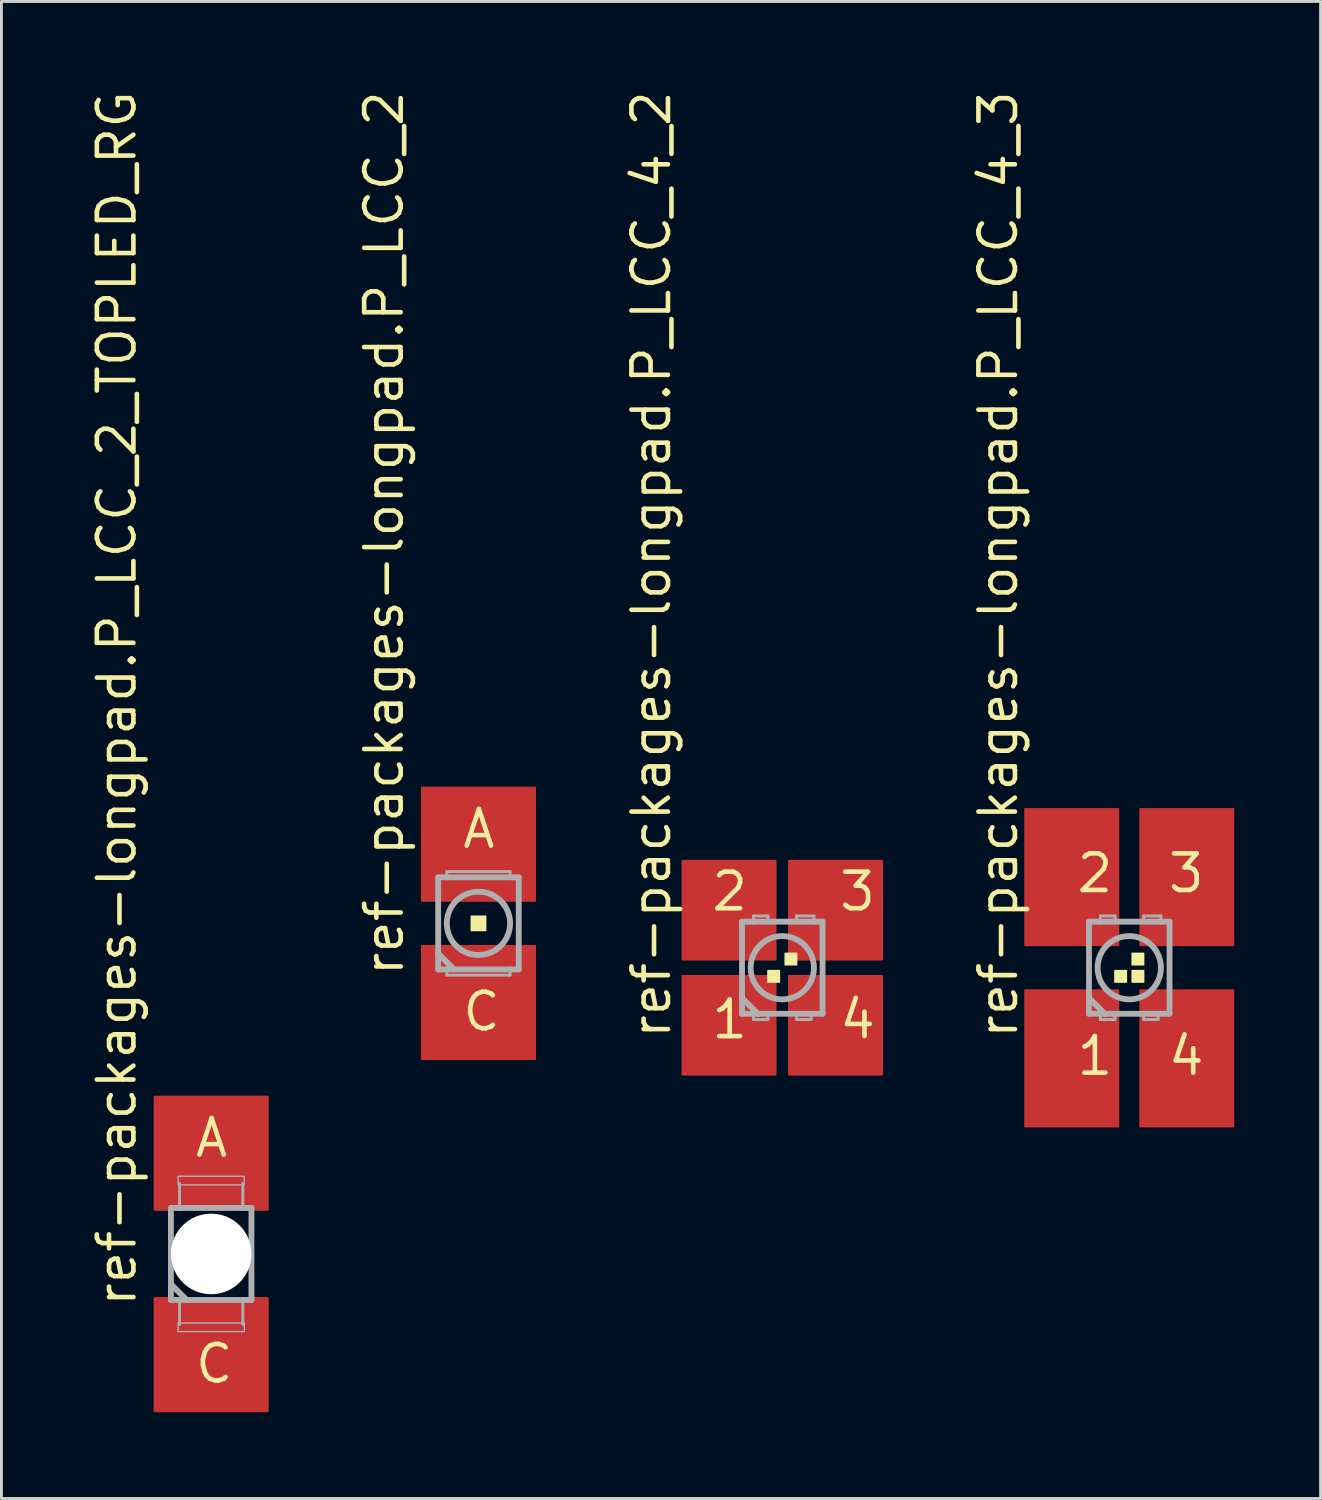
<source format=kicad_pcb>
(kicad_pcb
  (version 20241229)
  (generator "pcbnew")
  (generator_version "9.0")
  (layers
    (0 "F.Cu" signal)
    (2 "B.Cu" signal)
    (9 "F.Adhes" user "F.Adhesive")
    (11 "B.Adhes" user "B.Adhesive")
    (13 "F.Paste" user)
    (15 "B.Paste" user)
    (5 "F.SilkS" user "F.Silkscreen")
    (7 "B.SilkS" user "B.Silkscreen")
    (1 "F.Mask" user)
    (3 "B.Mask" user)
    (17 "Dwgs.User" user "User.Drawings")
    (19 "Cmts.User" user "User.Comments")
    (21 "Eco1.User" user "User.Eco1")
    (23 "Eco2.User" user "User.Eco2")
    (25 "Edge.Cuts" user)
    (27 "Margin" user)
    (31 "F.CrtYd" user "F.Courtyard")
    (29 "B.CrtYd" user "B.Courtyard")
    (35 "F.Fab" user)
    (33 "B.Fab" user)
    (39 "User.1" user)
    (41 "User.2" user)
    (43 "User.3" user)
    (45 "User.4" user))
  (footprint "ref-packages-longpad.P_LCC_4_3"
    (layer "F.Cu")
    (at 36.2 30.585)
    (property "Reference" "ref-packages-longpad.P_LCC_4_3" (at -3.81 2.54 90) (layer "F.SilkS") (effects (font (size 1.27 1.27) (thickness 0.16)) (justify left bottom)))
    (attr smd)
    (fp_rect (start -1.15 -0.75) (end -0.35 -1.85) (stroke (width 0.05) (type default)) (fill yes) (layer "F.Mask"))
    (fp_rect (start -1.15 1.85) (end -0.35 0.75) (stroke (width 0.05) (type default)) (fill yes) (layer "F.Mask"))
    (fp_rect (start 0.35 -0.75) (end 1.15 -1.85) (stroke (width 0.05) (type default)) (fill yes) (layer "F.Mask"))
    (fp_rect (start 0.35 1.85) (end 1.15 0.75) (stroke (width 0.05) (type default)) (fill yes) (layer "F.Mask"))
    (fp_rect (start -0.5 0.5) (end -0.1 0.1) (stroke (width 0.05) (type default)) (fill yes) (layer "F.SilkS"))
    (fp_rect (start 0.1 -0.1) (end 0.5 -0.5) (stroke (width 0.05) (type default)) (fill yes) (layer "F.SilkS"))
    (fp_rect (start 0.1 0.5) (end 0.5 0.1) (stroke (width 0.05) (type default)) (fill yes) (layer "F.SilkS"))
    (fp_rect (start -1.1 -0.8) (end -0.4 -1.8) (stroke (width 0.05) (type default)) (fill yes) (layer "F.Paste"))
    (fp_rect (start -1.1 1.8) (end -0.4 0.8) (stroke (width 0.05) (type default)) (fill yes) (layer "F.Paste"))
    (fp_rect (start 0.4 -0.8) (end 1.1 -1.8) (stroke (width 0.05) (type default)) (fill yes) (layer "F.Paste"))
    (fp_rect (start 0.4 1.8) (end 1.1 0.8) (stroke (width 0.05) (type default)) (fill yes) (layer "F.Paste"))
    (fp_line (start -1.4 -1.6) (end -1.4 1.05) (stroke (width 0.203) (type default)) (layer "F.Fab"))
    (fp_line (start -1.4 1.05) (end -1.4 1.6) (stroke (width 0.203) (type default)) (layer "F.Fab"))
    (fp_line (start -1.4 1.6) (end -1 1.6) (stroke (width 0.203) (type default)) (layer "F.Fab"))
    (fp_line (start -1 -1.8) (end -0.5 -1.8) (stroke (width 0.102) (type default)) (layer "F.Fab"))
    (fp_line (start -1 -1.6) (end -1.4 -1.6) (stroke (width 0.203) (type default)) (layer "F.Fab"))
    (fp_line (start -1 -1.6) (end -1 -1.8) (stroke (width 0.102) (type default)) (layer "F.Fab"))
    (fp_line (start -1 1.6) (end -1 1.8) (stroke (width 0.102) (type default)) (layer "F.Fab"))
    (fp_line (start -1 1.6) (end -0.85 1.6) (stroke (width 0.203) (type default)) (layer "F.Fab"))
    (fp_line (start -1 1.8) (end -0.5 1.8) (stroke (width 0.102) (type default)) (layer "F.Fab"))
    (fp_line (start -0.85 1.6) (end -1.4 1.05) (stroke (width 0.203) (type default)) (layer "F.Fab"))
    (fp_line (start -0.85 1.6) (end 1 1.6) (stroke (width 0.203) (type default)) (layer "F.Fab"))
    (fp_line (start -0.5 -1.8) (end -0.5 -1.65) (stroke (width 0.102) (type default)) (layer "F.Fab"))
    (fp_line (start -0.5 1.8) (end -0.5 1.65) (stroke (width 0.102) (type default)) (layer "F.Fab"))
    (fp_line (start 0.5 -1.8) (end 1.1 -1.8) (stroke (width 0.102) (type default)) (layer "F.Fab"))
    (fp_line (start 0.5 -1.65) (end 0.5 -1.8) (stroke (width 0.102) (type default)) (layer "F.Fab"))
    (fp_line (start 0.5 1.65) (end 0.5 1.8) (stroke (width 0.102) (type default)) (layer "F.Fab"))
    (fp_line (start 0.5 1.8) (end 1 1.8) (stroke (width 0.102) (type default)) (layer "F.Fab"))
    (fp_line (start 1 1.6) (end 1.4 1.6) (stroke (width 0.203) (type default)) (layer "F.Fab"))
    (fp_line (start 1 1.8) (end 1 1.6) (stroke (width 0.102) (type default)) (layer "F.Fab"))
    (fp_line (start 1.1 -1.8) (end 1.1 -1.6) (stroke (width 0.102) (type default)) (layer "F.Fab"))
    (fp_line (start 1.1 -1.6) (end -1 -1.6) (stroke (width 0.203) (type default)) (layer "F.Fab"))
    (fp_line (start 1.4 -1.6) (end 1.1 -1.6) (stroke (width 0.203) (type default)) (layer "F.Fab"))
    (fp_line (start 1.4 1.6) (end 1.4 -1.6) (stroke (width 0.203) (type default)) (layer "F.Fab"))
    (fp_circle (center 0 0) (end 1.1 0) (stroke (width 0.203) (type default)) (fill no) (layer "F.Fab"))
    (fp_text user "3" (at 1.27 -2.54 0) (layer "F.SilkS") (effects (font (size 1.27 1.27) (thickness 0.16)) (justify left bottom)))
    (fp_text user "2" (at -1.905 -2.54 0) (layer "F.SilkS") (effects (font (size 1.27 1.27) (thickness 0.16)) (justify left bottom)))
    (fp_text user "4" (at 1.27 3.81 0) (layer "F.SilkS") (effects (font (size 1.27 1.27) (thickness 0.16)) (justify left bottom)))
    (fp_text user "1" (at -1.905 3.81 0) (layer "F.SilkS") (effects (font (size 1.27 1.27) (thickness 0.16)) (justify left bottom)))
    (pad "1" smd roundrect (at -2 3.15) (size 3.3 4.8) (layers "F.Cu" "F.Mask" "F.Paste") (roundrect_rratio 0.01))
    (pad "2" smd roundrect (at -2 -3.15) (size 3.3 4.8) (layers "F.Cu" "F.Mask" "F.Paste") (roundrect_rratio 0.01))
    (pad "3" smd roundrect (at 2 -3.15) (size 3.3 4.8) (layers "F.Cu" "F.Mask" "F.Paste") (roundrect_rratio 0.01))
    (pad "4" smd roundrect (at 2 3.15) (size 3.3 4.8) (layers "F.Cu" "F.Mask" "F.Paste") (roundrect_rratio 0.01)))
  (footprint "ref-packages-longpad.P_LCC_4_2"
    (layer "F.Cu")
    (at 24.14 30.585)
    (property "Reference" "ref-packages-longpad.P_LCC_4_2" (at -3.81 2.54 90) (layer "F.SilkS") (effects (font (size 1.27 1.27) (thickness 0.16)) (justify left bottom)))
    (attr smd)
    (fp_rect (start -1.15 -0.75) (end -0.35 -1.85) (stroke (width 0.05) (type default)) (fill yes) (layer "F.Mask"))
    (fp_rect (start -1.15 1.85) (end -0.35 0.75) (stroke (width 0.05) (type default)) (fill yes) (layer "F.Mask"))
    (fp_rect (start 0.35 -0.75) (end 1.15 -1.85) (stroke (width 0.05) (type default)) (fill yes) (layer "F.Mask"))
    (fp_rect (start 0.35 1.85) (end 1.15 0.75) (stroke (width 0.05) (type default)) (fill yes) (layer "F.Mask"))
    (fp_rect (start -0.5 0.5) (end -0.1 0.1) (stroke (width 0.05) (type default)) (fill yes) (layer "F.SilkS"))
    (fp_rect (start 0.1 -0.1) (end 0.5 -0.5) (stroke (width 0.05) (type default)) (fill yes) (layer "F.SilkS"))
    (fp_rect (start -1.1 -0.8) (end -0.4 -1.8) (stroke (width 0.05) (type default)) (fill yes) (layer "F.Paste"))
    (fp_rect (start -1.1 1.8) (end -0.4 0.8) (stroke (width 0.05) (type default)) (fill yes) (layer "F.Paste"))
    (fp_rect (start 0.4 -0.8) (end 1.1 -1.8) (stroke (width 0.05) (type default)) (fill yes) (layer "F.Paste"))
    (fp_rect (start 0.4 1.8) (end 1.1 0.8) (stroke (width 0.05) (type default)) (fill yes) (layer "F.Paste"))
    (fp_line (start -1.4 -1.6) (end -1.4 1.05) (stroke (width 0.203) (type default)) (layer "F.Fab"))
    (fp_line (start -1.4 1.05) (end -1.4 1.6) (stroke (width 0.203) (type default)) (layer "F.Fab"))
    (fp_line (start -1.4 1.6) (end -1 1.6) (stroke (width 0.203) (type default)) (layer "F.Fab"))
    (fp_line (start -1 -1.8) (end -0.5 -1.8) (stroke (width 0.102) (type default)) (layer "F.Fab"))
    (fp_line (start -1 -1.6) (end -1.4 -1.6) (stroke (width 0.203) (type default)) (layer "F.Fab"))
    (fp_line (start -1 -1.6) (end -1 -1.8) (stroke (width 0.102) (type default)) (layer "F.Fab"))
    (fp_line (start -1 1.6) (end -1 1.8) (stroke (width 0.102) (type default)) (layer "F.Fab"))
    (fp_line (start -1 1.6) (end -0.85 1.6) (stroke (width 0.203) (type default)) (layer "F.Fab"))
    (fp_line (start -1 1.8) (end -0.5 1.8) (stroke (width 0.102) (type default)) (layer "F.Fab"))
    (fp_line (start -0.85 1.6) (end -1.4 1.05) (stroke (width 0.203) (type default)) (layer "F.Fab"))
    (fp_line (start -0.85 1.6) (end 1 1.6) (stroke (width 0.203) (type default)) (layer "F.Fab"))
    (fp_line (start -0.5 -1.8) (end -0.5 -1.65) (stroke (width 0.102) (type default)) (layer "F.Fab"))
    (fp_line (start -0.5 1.8) (end -0.5 1.65) (stroke (width 0.102) (type default)) (layer "F.Fab"))
    (fp_line (start 0.5 -1.8) (end 1.1 -1.8) (stroke (width 0.102) (type default)) (layer "F.Fab"))
    (fp_line (start 0.5 -1.65) (end 0.5 -1.8) (stroke (width 0.102) (type default)) (layer "F.Fab"))
    (fp_line (start 0.5 1.65) (end 0.5 1.8) (stroke (width 0.102) (type default)) (layer "F.Fab"))
    (fp_line (start 0.5 1.8) (end 1 1.8) (stroke (width 0.102) (type default)) (layer "F.Fab"))
    (fp_line (start 1 1.6) (end 1.4 1.6) (stroke (width 0.203) (type default)) (layer "F.Fab"))
    (fp_line (start 1 1.8) (end 1 1.6) (stroke (width 0.102) (type default)) (layer "F.Fab"))
    (fp_line (start 1.1 -1.8) (end 1.1 -1.6) (stroke (width 0.102) (type default)) (layer "F.Fab"))
    (fp_line (start 1.1 -1.6) (end -1 -1.6) (stroke (width 0.203) (type default)) (layer "F.Fab"))
    (fp_line (start 1.4 -1.6) (end 1.1 -1.6) (stroke (width 0.203) (type default)) (layer "F.Fab"))
    (fp_line (start 1.4 1.6) (end 1.4 -1.6) (stroke (width 0.203) (type default)) (layer "F.Fab"))
    (fp_circle (center 0 0) (end 1.1 0) (stroke (width 0.203) (type default)) (fill no) (layer "F.Fab"))
    (fp_text user "1" (at -2.54 2.54 0) (layer "F.SilkS") (effects (font (size 1.27 1.27) (thickness 0.16)) (justify left bottom)))
    (fp_text user "4" (at 1.905 2.54 0) (layer "F.SilkS") (effects (font (size 1.27 1.27) (thickness 0.16)) (justify left bottom)))
    (fp_text user "3" (at 1.905 -1.905 0) (layer "F.SilkS") (effects (font (size 1.27 1.27) (thickness 0.16)) (justify left bottom)))
    (fp_text user "2" (at -2.54 -1.905 0) (layer "F.SilkS") (effects (font (size 1.27 1.27) (thickness 0.16)) (justify left bottom)))
    (pad "1" smd roundrect (at -1.85 2) (size 3.3 3.5) (layers "F.Cu" "F.Mask" "F.Paste") (roundrect_rratio 0.01))
    (pad "2" smd roundrect (at -1.85 -2) (size 3.3 3.5) (layers "F.Cu" "F.Mask" "F.Paste") (roundrect_rratio 0.01))
    (pad "3" smd roundrect (at 1.85 -2) (size 3.3 3.5) (layers "F.Cu" "F.Mask" "F.Paste") (roundrect_rratio 0.01))
    (pad "4" smd roundrect (at 1.85 2) (size 3.3 3.5) (layers "F.Cu" "F.Mask" "F.Paste") (roundrect_rratio 0.01)))
  (footprint "ref-packages-longpad.P_LCC_2"
    (layer "F.Cu")
    (at 13.58 29.043)
    (property "Reference" "ref-packages-longpad.P_LCC_2" (at -2.54 1.905 90) (layer "F.SilkS") (effects (font (size 1.27 1.27) (thickness 0.16)) (justify left bottom)))
    (attr smd)
    (fp_rect (start -0.25 0.25) (end 0.25 -0.25) (stroke (width 0.05) (type default)) (fill yes) (layer "F.SilkS"))
    (fp_rect (start -1.3 -0.75) (end 1.3 -2.25) (stroke (width 0.05) (type default)) (fill yes) (layer "F.Paste"))
    (fp_rect (start -1.3 2.25) (end 1.3 0.75) (stroke (width 0.05) (type default)) (fill yes) (layer "F.Paste"))
    (fp_line (start -1.4 -1.6) (end -1.4 1.05) (stroke (width 0.203) (type default)) (layer "F.Fab"))
    (fp_line (start -1.4 1.05) (end -1.4 1.6) (stroke (width 0.203) (type default)) (layer "F.Fab"))
    (fp_line (start -1.4 1.6) (end -1.1 1.6) (stroke (width 0.203) (type default)) (layer "F.Fab"))
    (fp_line (start -1.1 -1.8) (end 1.1 -1.8) (stroke (width 0.102) (type default)) (layer "F.Fab"))
    (fp_line (start -1.1 -1.6) (end -1.4 -1.6) (stroke (width 0.203) (type default)) (layer "F.Fab"))
    (fp_line (start -1.1 -1.6) (end -1.1 -1.8) (stroke (width 0.102) (type default)) (layer "F.Fab"))
    (fp_line (start -1.1 1.6) (end -1.1 1.8) (stroke (width 0.102) (type default)) (layer "F.Fab"))
    (fp_line (start -1.1 1.6) (end -0.85 1.6) (stroke (width 0.203) (type default)) (layer "F.Fab"))
    (fp_line (start -1.1 1.8) (end 1.1 1.8) (stroke (width 0.102) (type default)) (layer "F.Fab"))
    (fp_line (start -0.85 1.6) (end -1.4 1.05) (stroke (width 0.203) (type default)) (layer "F.Fab"))
    (fp_line (start -0.85 1.6) (end 1.1 1.6) (stroke (width 0.203) (type default)) (layer "F.Fab"))
    (fp_line (start 1.1 -1.8) (end 1.1 -1.6) (stroke (width 0.102) (type default)) (layer "F.Fab"))
    (fp_line (start 1.1 -1.6) (end -1.1 -1.6) (stroke (width 0.203) (type default)) (layer "F.Fab"))
    (fp_line (start 1.1 1.6) (end 1.4 1.6) (stroke (width 0.203) (type default)) (layer "F.Fab"))
    (fp_line (start 1.1 1.8) (end 1.1 1.6) (stroke (width 0.102) (type default)) (layer "F.Fab"))
    (fp_line (start 1.4 -1.6) (end 1.1 -1.6) (stroke (width 0.203) (type default)) (layer "F.Fab"))
    (fp_line (start 1.4 1.6) (end 1.4 -1.6) (stroke (width 0.203) (type default)) (layer "F.Fab"))
    (fp_circle (center 0 0) (end 1.1 0) (stroke (width 0.203) (type default)) (fill no) (layer "F.Fab"))
    (fp_text user "C" (at -0.635 3.81 0) (layer "F.SilkS") (effects (font (size 1.27 1.27) (thickness 0.16)) (justify left bottom)))
    (fp_text user "A" (at -0.635 -2.54 0) (layer "F.SilkS") (effects (font (size 1.27 1.27) (thickness 0.16)) (justify left bottom)))
    (pad "A" smd roundrect (at 0 -2.75) (size 4 4) (layers "F.Cu" "F.Mask" "F.Paste") (roundrect_rratio 0.01))
    (pad "C" smd roundrect (at 0 2.75) (size 4 4) (layers "F.Cu" "F.Mask" "F.Paste") (roundrect_rratio 0.01)))
  (footprint "ref-packages-longpad.P_LCC_2_TOPLED_RG"
    (layer "F.Cu")
    (at 4.29 40.533)
    (property "Reference" "ref-packages-longpad.P_LCC_2_TOPLED_RG" (at -2.54 1.905 90) (layer "F.SilkS") (effects (font (size 1.27 1.27) (thickness 0.16)) (justify left bottom)))
    (attr smd)
    (fp_rect (start -0.25 0.25) (end 0.25 -0.25) (stroke (width 0.05) (type default)) (fill yes) (layer "F.SilkS"))
    (fp_circle (center 0 0) (end 1.1 0) (stroke (width 0.203) (type default)) (fill no) (layer "F.SilkS"))
    (fp_rect (start -1.3 -1.5) (end 1.3 -3) (stroke (width 0.05) (type default)) (fill yes) (layer "F.Paste"))
    (fp_rect (start -1.3 3) (end 1.3 1.5) (stroke (width 0.05) (type default)) (fill yes) (layer "F.Paste"))
    (fp_line (start -1.4 -1.6) (end -1.4 1.05) (stroke (width 0.203) (type default)) (layer "F.Fab"))
    (fp_line (start -1.4 1.05) (end -1.4 1.6) (stroke (width 0.203) (type default)) (layer "F.Fab"))
    (fp_line (start -1.4 1.6) (end -1.1 1.6) (stroke (width 0.203) (type default)) (layer "F.Fab"))
    (fp_line (start -1.1 -1.6) (end -1.4 -1.6) (stroke (width 0.203) (type default)) (layer "F.Fab"))
    (fp_line (start -1.1 -1.6) (end -1.1 -2.45) (stroke (width 0.102) (type default)) (layer "F.Fab"))
    (fp_line (start -1.1 1.6) (end -1.1 2.45) (stroke (width 0.102) (type default)) (layer "F.Fab"))
    (fp_line (start -1.1 1.6) (end -0.85 1.6) (stroke (width 0.203) (type default)) (layer "F.Fab"))
    (fp_line (start -0.85 1.6) (end -1.4 1.05) (stroke (width 0.203) (type default)) (layer "F.Fab"))
    (fp_line (start -0.85 1.6) (end 1.1 1.6) (stroke (width 0.203) (type default)) (layer "F.Fab"))
    (fp_line (start 1.1 -2.45) (end 1.1 -1.6) (stroke (width 0.102) (type default)) (layer "F.Fab"))
    (fp_line (start 1.1 -1.6) (end -1.1 -1.6) (stroke (width 0.203) (type default)) (layer "F.Fab"))
    (fp_line (start 1.1 1.6) (end 1.4 1.6) (stroke (width 0.203) (type default)) (layer "F.Fab"))
    (fp_line (start 1.1 2.45) (end 1.1 1.6) (stroke (width 0.102) (type default)) (layer "F.Fab"))
    (fp_line (start 1.4 -1.6) (end 1.1 -1.6) (stroke (width 0.203) (type default)) (layer "F.Fab"))
    (fp_line (start 1.4 1.6) (end 1.4 -1.6) (stroke (width 0.203) (type default)) (layer "F.Fab"))
    (fp_rect (start -1.15 -2.4) (end 1.15 -2.7) (stroke (width 0.05) (type default)) (fill no) (layer "F.Fab"))
    (fp_rect (start -1.15 2.7) (end 1.15 2.4) (stroke (width 0.05) (type default)) (fill no) (layer "F.Fab"))
    (fp_text user "C" (at -0.635 4.56 0) (layer "F.SilkS") (effects (font (size 1.27 1.27) (thickness 0.16)) (justify left bottom)))
    (fp_text user "A" (at -0.635 -3.29 0) (layer "F.SilkS") (effects (font (size 1.27 1.27) (thickness 0.16)) (justify left bottom)))
    (pad "" np_thru_hole circle (at 0 0) (size 2.8 2.8) (drill 2.8) (layers "*.Cu" "*.Mask"))
    (pad "A" smd roundrect (at 0 -3.5) (size 4 4) (layers "F.Cu" "F.Mask" "F.Paste") (roundrect_rratio 0.01))
    (pad "C" smd roundrect (at 0 3.5) (size 4 4) (layers "F.Cu" "F.Mask" "F.Paste") (roundrect_rratio 0.01)))
  (gr_rect
    (start -3 -3)
    (end 42.85 49.033)
    (stroke (width 0.1) (type default))
    (fill no)
    (layer "Edge.Cuts")))
</source>
